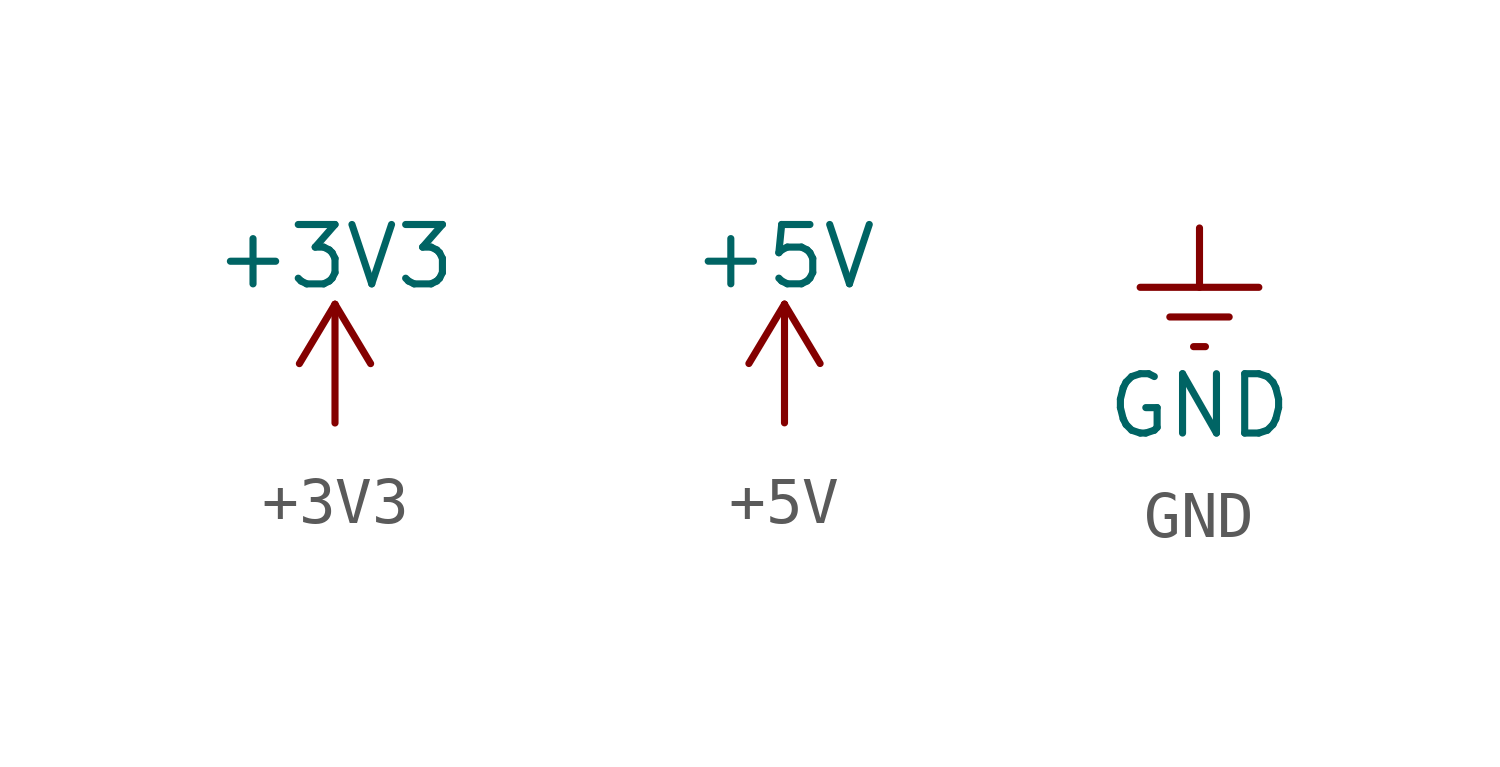
<source format=kicad_sym>
(kicad_symbol_lib
  (version 20211014)
  (generator kicad_symbol_editor)
  (symbol "+3V3"
    (power)
    (pin_numbers hide)
    (pin_names
      (offset 0) hide)
    (property "Reference" "#PWR"
      (at 0 -3.81 0)
      (effects (font (size 1.27 1.27)) hide))
    (property "Value" "+3V3"
      (at 0 3.556 0)
      (effects (font (size 1.27 1.27))))
    (symbol "+3V3_0_1"
      (polyline (pts (xy -0.762 1.27) (xy 0 2.54)) (stroke (width 0) (type default) (color 0 0 0 0)) (fill (type none)))
      (polyline (pts (xy 0 0) (xy 0 2.54)) (stroke (width 0) (type default) (color 0 0 0 0)) (fill (type none)))
      (polyline (pts (xy 0 2.54) (xy 0.762 1.27)) (stroke (width 0) (type default) (color 0 0 0 0)) (fill (type none))))
    (symbol "+3V3_1_1"
      (pin power_in line (at 0 0 90) (length 0) hide (name "+3V3" (effects (font (size 1.27 1.27)))) (number "1" (effects (font (size 1.27 1.27)))))))
  (symbol "+5V"
    (power)
    (pin_numbers hide)
    (pin_names
      (offset 0) hide)
    (property "Reference" "#PWR"
      (at 0 -3.81 0)
      (effects (font (size 1.27 1.27)) hide))
    (property "Value" "+5V"
      (at 0 3.556 0)
      (effects (font (size 1.27 1.27))))
    (symbol "+5V_0_1"
      (polyline (pts (xy -0.762 1.27) (xy 0 2.54)) (stroke (width 0) (type default) (color 0 0 0 0)) (fill (type none)))
      (polyline (pts (xy 0 0) (xy 0 2.54)) (stroke (width 0) (type default) (color 0 0 0 0)) (fill (type none)))
      (polyline (pts (xy 0 2.54) (xy 0.762 1.27)) (stroke (width 0) (type default) (color 0 0 0 0)) (fill (type none))))
    (symbol "+5V_1_1"
      (pin power_in line (at 0 0 90) (length 0) hide (name "+5V" (effects (font (size 1.27 1.27)))) (number "1" (effects (font (size 1.27 1.27)))))))
  (symbol "GND"
    (power)
    (pin_numbers hide)
    (pin_names
      (offset 0) hide)
    (property "Reference" "#PWR"
      (at 0 -6.35 0)
      (effects (font (size 1.27 1.27)) hide))
    (property "Value" "GND"
      (at 0 -3.81 0)
      (effects (font (size 1.27 1.27))))
    (symbol "GND_0_1"
      (polyline (pts (xy -0.635 -1.905) (xy 0.635 -1.905)) (stroke (width 0) (type default) (color 0 0 0 0)) (fill (type none)))
      (polyline (pts (xy -0.127 -2.54) (xy 0.127 -2.54)) (stroke (width 0) (type default) (color 0 0 0 0)) (fill (type none)))
      (polyline (pts (xy 0 -1.27) (xy 0 0)) (stroke (width 0) (type default) (color 0 0 0 0)) (fill (type none)))
      (polyline (pts (xy 1.27 -1.27) (xy -1.27 -1.27)) (stroke (width 0) (type default) (color 0 0 0 0)) (fill (type none))))
    (symbol "GND_1_1"
      (pin power_in line (at 0 0 270) (length 0) hide (name "GNDREF" (effects (font (size 1.27 1.27)))) (number "1" (effects (font (size 1.27 1.27))))))))
</source>
